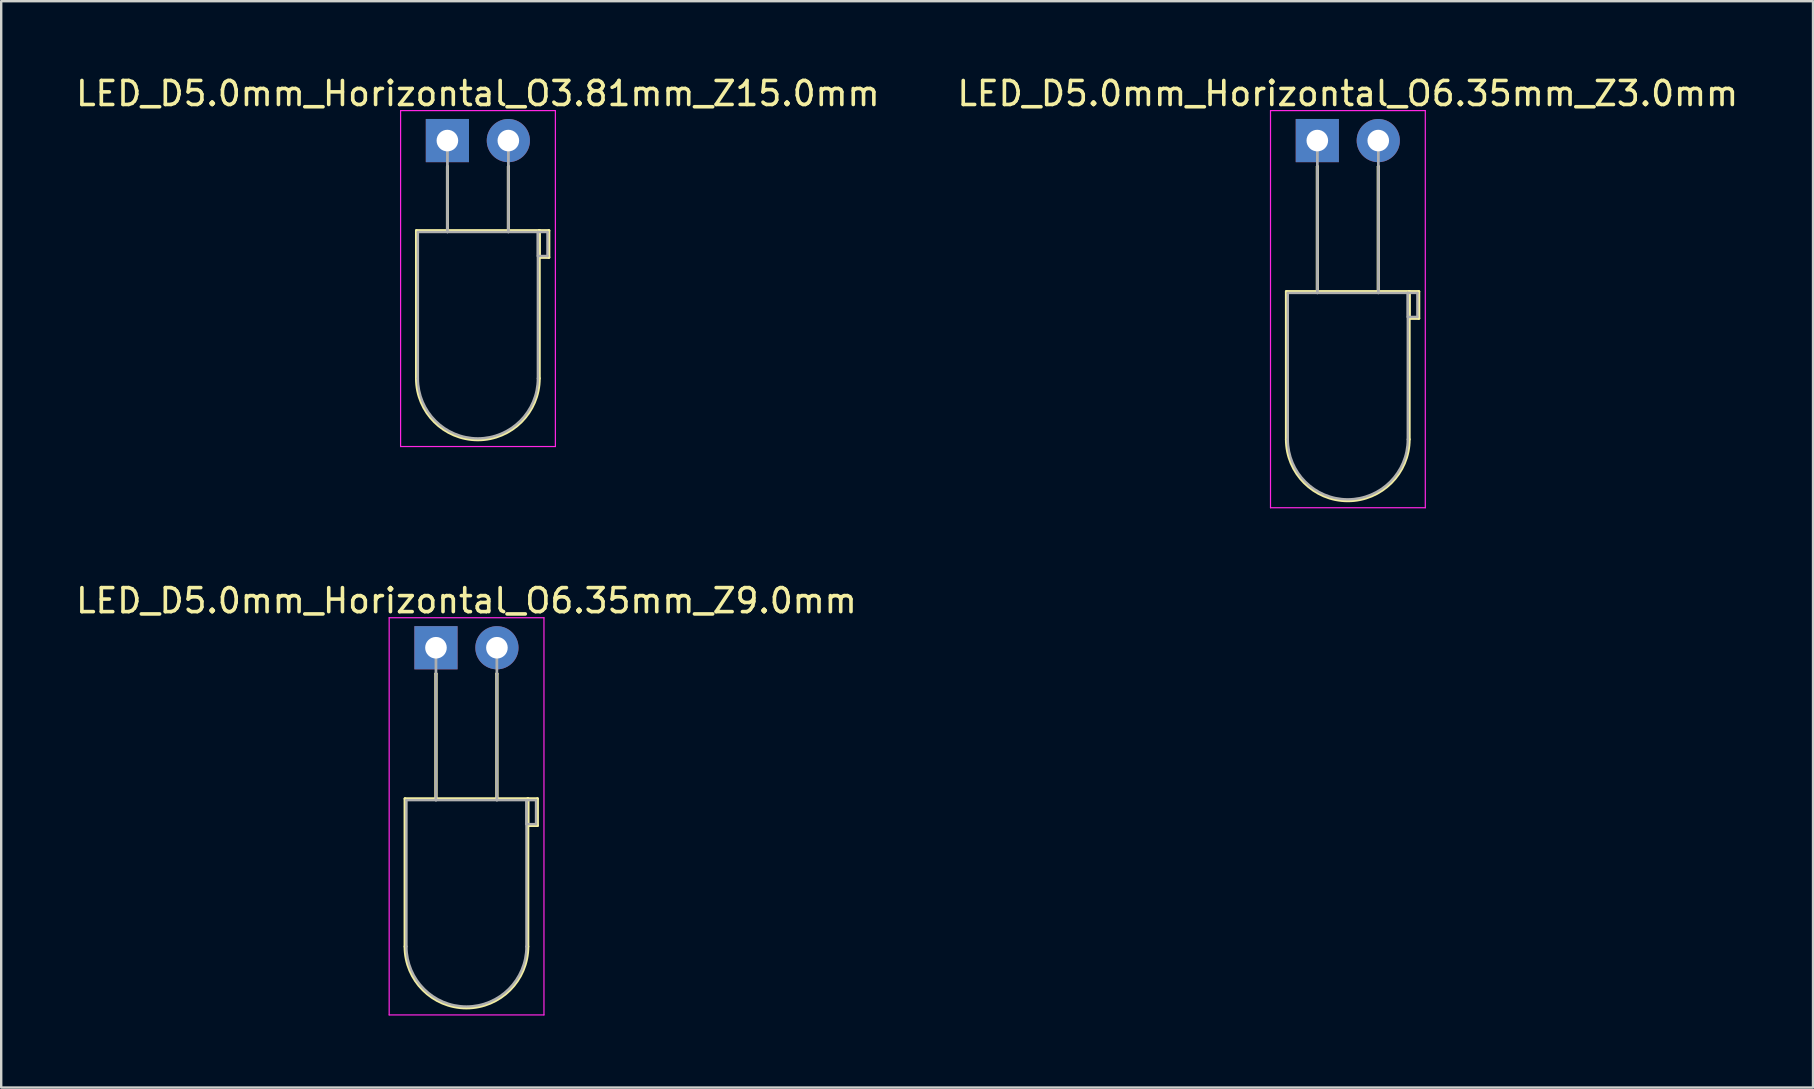
<source format=kicad_pcb>
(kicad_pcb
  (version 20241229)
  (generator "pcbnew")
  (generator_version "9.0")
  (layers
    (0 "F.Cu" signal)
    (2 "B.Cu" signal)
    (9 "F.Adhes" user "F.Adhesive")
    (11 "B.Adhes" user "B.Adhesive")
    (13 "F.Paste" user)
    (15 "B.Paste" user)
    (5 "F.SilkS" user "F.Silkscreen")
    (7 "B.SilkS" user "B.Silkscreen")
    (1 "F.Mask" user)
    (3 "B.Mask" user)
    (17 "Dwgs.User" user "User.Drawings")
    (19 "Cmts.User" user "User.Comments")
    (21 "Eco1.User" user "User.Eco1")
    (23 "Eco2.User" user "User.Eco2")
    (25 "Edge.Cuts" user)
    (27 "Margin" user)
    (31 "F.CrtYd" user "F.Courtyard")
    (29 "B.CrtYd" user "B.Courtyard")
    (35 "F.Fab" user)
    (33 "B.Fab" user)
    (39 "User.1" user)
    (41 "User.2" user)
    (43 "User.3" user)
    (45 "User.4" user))
  (footprint "LED_D5.0mm_Horizontal_O3.81mm_Z15.0mm"
    (layer "F.Cu")
    (at 15.593 2.808)
    (property "Reference" "LED_D5.0mm_Horizontal_O3.81mm_Z15.0mm" (at 1.27 -1.96 0) (layer "F.SilkS") (effects (font (size 1 1) (thickness 0.15))))
    (attr through_hole)
    (fp_line (start -1.29 3.75) (end -1.29 9.91) (stroke (width 0.12) (type solid)) (layer "F.SilkS"))
    (fp_line (start -1.29 3.75) (end 3.83 3.75) (stroke (width 0.12) (type solid)) (layer "F.SilkS"))
    (fp_line (start 0 1.08) (end 0 1.08) (stroke (width 0.12) (type solid)) (layer "F.SilkS"))
    (fp_line (start 0 1.08) (end 0 3.75) (stroke (width 0.12) (type solid)) (layer "F.SilkS"))
    (fp_line (start 0 3.75) (end 0 1.08) (stroke (width 0.12) (type solid)) (layer "F.SilkS"))
    (fp_line (start 0 3.75) (end 0 3.75) (stroke (width 0.12) (type solid)) (layer "F.SilkS"))
    (fp_line (start 2.54 1.08) (end 2.54 1.08) (stroke (width 0.12) (type solid)) (layer "F.SilkS"))
    (fp_line (start 2.54 1.08) (end 2.54 3.75) (stroke (width 0.12) (type solid)) (layer "F.SilkS"))
    (fp_line (start 2.54 3.75) (end 2.54 1.08) (stroke (width 0.12) (type solid)) (layer "F.SilkS"))
    (fp_line (start 2.54 3.75) (end 2.54 3.75) (stroke (width 0.12) (type solid)) (layer "F.SilkS"))
    (fp_line (start 3.83 3.75) (end 3.83 9.91) (stroke (width 0.12) (type solid)) (layer "F.SilkS"))
    (fp_line (start 3.83 3.75) (end 4.23 3.75) (stroke (width 0.12) (type solid)) (layer "F.SilkS"))
    (fp_line (start 3.83 4.87) (end 3.83 3.75) (stroke (width 0.12) (type solid)) (layer "F.SilkS"))
    (fp_line (start 4.23 3.75) (end 4.23 4.87) (stroke (width 0.12) (type solid)) (layer "F.SilkS"))
    (fp_line (start 4.23 4.87) (end 3.83 4.87) (stroke (width 0.12) (type solid)) (layer "F.SilkS"))
    (fp_arc (start 3.83 9.91) (mid 1.27 12.47) (end -1.29 9.91) (stroke (width 0.12) (type solid)) (layer "F.SilkS"))
    (fp_line (start -1.95 -1.25) (end -1.95 12.75) (stroke (width 0.05) (type solid)) (layer "F.CrtYd"))
    (fp_line (start -1.95 12.75) (end 4.5 12.75) (stroke (width 0.05) (type solid)) (layer "F.CrtYd"))
    (fp_line (start 4.5 -1.25) (end -1.95 -1.25) (stroke (width 0.05) (type solid)) (layer "F.CrtYd"))
    (fp_line (start 4.5 12.75) (end 4.5 -1.25) (stroke (width 0.05) (type solid)) (layer "F.CrtYd"))
    (fp_line (start -1.23 3.81) (end -1.23 9.91) (stroke (width 0.1) (type solid)) (layer "F.Fab"))
    (fp_line (start -1.23 3.81) (end 3.77 3.81) (stroke (width 0.1) (type solid)) (layer "F.Fab"))
    (fp_line (start 0 0) (end 0 0) (stroke (width 0.1) (type solid)) (layer "F.Fab"))
    (fp_line (start 0 0) (end 0 3.81) (stroke (width 0.1) (type solid)) (layer "F.Fab"))
    (fp_line (start 0 3.81) (end 0 0) (stroke (width 0.1) (type solid)) (layer "F.Fab"))
    (fp_line (start 0 3.81) (end 0 3.81) (stroke (width 0.1) (type solid)) (layer "F.Fab"))
    (fp_line (start 2.54 0) (end 2.54 0) (stroke (width 0.1) (type solid)) (layer "F.Fab"))
    (fp_line (start 2.54 0) (end 2.54 3.81) (stroke (width 0.1) (type solid)) (layer "F.Fab"))
    (fp_line (start 2.54 3.81) (end 2.54 0) (stroke (width 0.1) (type solid)) (layer "F.Fab"))
    (fp_line (start 2.54 3.81) (end 2.54 3.81) (stroke (width 0.1) (type solid)) (layer "F.Fab"))
    (fp_line (start 3.77 3.81) (end 3.77 9.91) (stroke (width 0.1) (type solid)) (layer "F.Fab"))
    (fp_line (start 3.77 3.81) (end 4.17 3.81) (stroke (width 0.1) (type solid)) (layer "F.Fab"))
    (fp_line (start 3.77 4.81) (end 3.77 3.81) (stroke (width 0.1) (type solid)) (layer "F.Fab"))
    (fp_line (start 4.17 3.81) (end 4.17 4.81) (stroke (width 0.1) (type solid)) (layer "F.Fab"))
    (fp_line (start 4.17 4.81) (end 3.77 4.81) (stroke (width 0.1) (type solid)) (layer "F.Fab"))
    (fp_arc (start 3.77 9.91) (mid 1.27 12.41) (end -1.23 9.91) (stroke (width 0.1) (type solid)) (layer "F.Fab"))
    (pad "1" thru_hole rect (at 0 0) (size 1.8 1.8) (drill 0.9) (layers "*.Cu" "*.Mask"))
    (pad "2" thru_hole circle (at 2.54 0) (size 1.8 1.8) (drill 0.9) (layers "*.Cu" "*.Mask")))
  (footprint "LED_D5.0mm_Horizontal_O6.35mm_Z9.0mm"
    (layer "F.Cu")
    (at 15.117 23.942)
    (property "Reference" "LED_D5.0mm_Horizontal_O6.35mm_Z9.0mm" (at 1.27 -1.96 0) (layer "F.SilkS") (effects (font (size 1 1) (thickness 0.15))))
    (attr through_hole)
    (fp_line (start -1.29 6.29) (end -1.29 12.45) (stroke (width 0.12) (type solid)) (layer "F.SilkS"))
    (fp_line (start -1.29 6.29) (end 3.83 6.29) (stroke (width 0.12) (type solid)) (layer "F.SilkS"))
    (fp_line (start 0 1.08) (end 0 1.08) (stroke (width 0.12) (type solid)) (layer "F.SilkS"))
    (fp_line (start 0 1.08) (end 0 6.29) (stroke (width 0.12) (type solid)) (layer "F.SilkS"))
    (fp_line (start 0 6.29) (end 0 1.08) (stroke (width 0.12) (type solid)) (layer "F.SilkS"))
    (fp_line (start 0 6.29) (end 0 6.29) (stroke (width 0.12) (type solid)) (layer "F.SilkS"))
    (fp_line (start 2.54 1.08) (end 2.54 1.08) (stroke (width 0.12) (type solid)) (layer "F.SilkS"))
    (fp_line (start 2.54 1.08) (end 2.54 6.29) (stroke (width 0.12) (type solid)) (layer "F.SilkS"))
    (fp_line (start 2.54 6.29) (end 2.54 1.08) (stroke (width 0.12) (type solid)) (layer "F.SilkS"))
    (fp_line (start 2.54 6.29) (end 2.54 6.29) (stroke (width 0.12) (type solid)) (layer "F.SilkS"))
    (fp_line (start 3.83 6.29) (end 3.83 12.45) (stroke (width 0.12) (type solid)) (layer "F.SilkS"))
    (fp_line (start 3.83 6.29) (end 4.23 6.29) (stroke (width 0.12) (type solid)) (layer "F.SilkS"))
    (fp_line (start 3.83 7.41) (end 3.83 6.29) (stroke (width 0.12) (type solid)) (layer "F.SilkS"))
    (fp_line (start 4.23 6.29) (end 4.23 7.41) (stroke (width 0.12) (type solid)) (layer "F.SilkS"))
    (fp_line (start 4.23 7.41) (end 3.83 7.41) (stroke (width 0.12) (type solid)) (layer "F.SilkS"))
    (fp_arc (start 3.83 12.45) (mid 1.27 15.01) (end -1.29 12.45) (stroke (width 0.12) (type solid)) (layer "F.SilkS"))
    (fp_line (start -1.95 -1.25) (end -1.95 15.3) (stroke (width 0.05) (type solid)) (layer "F.CrtYd"))
    (fp_line (start -1.95 15.3) (end 4.5 15.3) (stroke (width 0.05) (type solid)) (layer "F.CrtYd"))
    (fp_line (start 4.5 -1.25) (end -1.95 -1.25) (stroke (width 0.05) (type solid)) (layer "F.CrtYd"))
    (fp_line (start 4.5 15.3) (end 4.5 -1.25) (stroke (width 0.05) (type solid)) (layer "F.CrtYd"))
    (fp_line (start -1.23 6.35) (end -1.23 12.45) (stroke (width 0.1) (type solid)) (layer "F.Fab"))
    (fp_line (start -1.23 6.35) (end 3.77 6.35) (stroke (width 0.1) (type solid)) (layer "F.Fab"))
    (fp_line (start 0 0) (end 0 0) (stroke (width 0.1) (type solid)) (layer "F.Fab"))
    (fp_line (start 0 0) (end 0 6.35) (stroke (width 0.1) (type solid)) (layer "F.Fab"))
    (fp_line (start 0 6.35) (end 0 0) (stroke (width 0.1) (type solid)) (layer "F.Fab"))
    (fp_line (start 0 6.35) (end 0 6.35) (stroke (width 0.1) (type solid)) (layer "F.Fab"))
    (fp_line (start 2.54 0) (end 2.54 0) (stroke (width 0.1) (type solid)) (layer "F.Fab"))
    (fp_line (start 2.54 0) (end 2.54 6.35) (stroke (width 0.1) (type solid)) (layer "F.Fab"))
    (fp_line (start 2.54 6.35) (end 2.54 0) (stroke (width 0.1) (type solid)) (layer "F.Fab"))
    (fp_line (start 2.54 6.35) (end 2.54 6.35) (stroke (width 0.1) (type solid)) (layer "F.Fab"))
    (fp_line (start 3.77 6.35) (end 3.77 12.45) (stroke (width 0.1) (type solid)) (layer "F.Fab"))
    (fp_line (start 3.77 6.35) (end 4.17 6.35) (stroke (width 0.1) (type solid)) (layer "F.Fab"))
    (fp_line (start 3.77 7.35) (end 3.77 6.35) (stroke (width 0.1) (type solid)) (layer "F.Fab"))
    (fp_line (start 4.17 6.35) (end 4.17 7.35) (stroke (width 0.1) (type solid)) (layer "F.Fab"))
    (fp_line (start 4.17 7.35) (end 3.77 7.35) (stroke (width 0.1) (type solid)) (layer "F.Fab"))
    (fp_arc (start 3.77 12.45) (mid 1.27 14.95) (end -1.23 12.45) (stroke (width 0.1) (type solid)) (layer "F.Fab"))
    (pad "1" thru_hole rect (at 0 0) (size 1.8 1.8) (drill 0.9) (layers "*.Cu" "*.Mask"))
    (pad "2" thru_hole circle (at 2.54 0) (size 1.8 1.8) (drill 0.9) (layers "*.Cu" "*.Mask")))
  (footprint "LED_D5.0mm_Horizontal_O6.35mm_Z3.0mm"
    (layer "F.Cu")
    (at 51.843 2.808)
    (property "Reference" "LED_D5.0mm_Horizontal_O6.35mm_Z3.0mm" (at 1.27 -1.96 0) (layer "F.SilkS") (effects (font (size 1 1) (thickness 0.15))))
    (attr through_hole)
    (fp_line (start -1.29 6.29) (end -1.29 12.45) (stroke (width 0.12) (type solid)) (layer "F.SilkS"))
    (fp_line (start -1.29 6.29) (end 3.83 6.29) (stroke (width 0.12) (type solid)) (layer "F.SilkS"))
    (fp_line (start 0 1.08) (end 0 1.08) (stroke (width 0.12) (type solid)) (layer "F.SilkS"))
    (fp_line (start 0 1.08) (end 0 6.29) (stroke (width 0.12) (type solid)) (layer "F.SilkS"))
    (fp_line (start 0 6.29) (end 0 1.08) (stroke (width 0.12) (type solid)) (layer "F.SilkS"))
    (fp_line (start 0 6.29) (end 0 6.29) (stroke (width 0.12) (type solid)) (layer "F.SilkS"))
    (fp_line (start 2.54 1.08) (end 2.54 1.08) (stroke (width 0.12) (type solid)) (layer "F.SilkS"))
    (fp_line (start 2.54 1.08) (end 2.54 6.29) (stroke (width 0.12) (type solid)) (layer "F.SilkS"))
    (fp_line (start 2.54 6.29) (end 2.54 1.08) (stroke (width 0.12) (type solid)) (layer "F.SilkS"))
    (fp_line (start 2.54 6.29) (end 2.54 6.29) (stroke (width 0.12) (type solid)) (layer "F.SilkS"))
    (fp_line (start 3.83 6.29) (end 3.83 12.45) (stroke (width 0.12) (type solid)) (layer "F.SilkS"))
    (fp_line (start 3.83 6.29) (end 4.23 6.29) (stroke (width 0.12) (type solid)) (layer "F.SilkS"))
    (fp_line (start 3.83 7.41) (end 3.83 6.29) (stroke (width 0.12) (type solid)) (layer "F.SilkS"))
    (fp_line (start 4.23 6.29) (end 4.23 7.41) (stroke (width 0.12) (type solid)) (layer "F.SilkS"))
    (fp_line (start 4.23 7.41) (end 3.83 7.41) (stroke (width 0.12) (type solid)) (layer "F.SilkS"))
    (fp_arc (start 3.83 12.45) (mid 1.27 15.01) (end -1.29 12.45) (stroke (width 0.12) (type solid)) (layer "F.SilkS"))
    (fp_line (start -1.95 -1.25) (end -1.95 15.3) (stroke (width 0.05) (type solid)) (layer "F.CrtYd"))
    (fp_line (start -1.95 15.3) (end 4.5 15.3) (stroke (width 0.05) (type solid)) (layer "F.CrtYd"))
    (fp_line (start 4.5 -1.25) (end -1.95 -1.25) (stroke (width 0.05) (type solid)) (layer "F.CrtYd"))
    (fp_line (start 4.5 15.3) (end 4.5 -1.25) (stroke (width 0.05) (type solid)) (layer "F.CrtYd"))
    (fp_line (start -1.23 6.35) (end -1.23 12.45) (stroke (width 0.1) (type solid)) (layer "F.Fab"))
    (fp_line (start -1.23 6.35) (end 3.77 6.35) (stroke (width 0.1) (type solid)) (layer "F.Fab"))
    (fp_line (start 0 0) (end 0 0) (stroke (width 0.1) (type solid)) (layer "F.Fab"))
    (fp_line (start 0 0) (end 0 6.35) (stroke (width 0.1) (type solid)) (layer "F.Fab"))
    (fp_line (start 0 6.35) (end 0 0) (stroke (width 0.1) (type solid)) (layer "F.Fab"))
    (fp_line (start 0 6.35) (end 0 6.35) (stroke (width 0.1) (type solid)) (layer "F.Fab"))
    (fp_line (start 2.54 0) (end 2.54 0) (stroke (width 0.1) (type solid)) (layer "F.Fab"))
    (fp_line (start 2.54 0) (end 2.54 6.35) (stroke (width 0.1) (type solid)) (layer "F.Fab"))
    (fp_line (start 2.54 6.35) (end 2.54 0) (stroke (width 0.1) (type solid)) (layer "F.Fab"))
    (fp_line (start 2.54 6.35) (end 2.54 6.35) (stroke (width 0.1) (type solid)) (layer "F.Fab"))
    (fp_line (start 3.77 6.35) (end 3.77 12.45) (stroke (width 0.1) (type solid)) (layer "F.Fab"))
    (fp_line (start 3.77 6.35) (end 4.17 6.35) (stroke (width 0.1) (type solid)) (layer "F.Fab"))
    (fp_line (start 3.77 7.35) (end 3.77 6.35) (stroke (width 0.1) (type solid)) (layer "F.Fab"))
    (fp_line (start 4.17 6.35) (end 4.17 7.35) (stroke (width 0.1) (type solid)) (layer "F.Fab"))
    (fp_line (start 4.17 7.35) (end 3.77 7.35) (stroke (width 0.1) (type solid)) (layer "F.Fab"))
    (fp_arc (start 3.77 12.45) (mid 1.27 14.95) (end -1.23 12.45) (stroke (width 0.1) (type solid)) (layer "F.Fab"))
    (pad "1" thru_hole rect (at 0 0) (size 1.8 1.8) (drill 0.9) (layers "*.Cu" "*.Mask"))
    (pad "2" thru_hole circle (at 2.54 0) (size 1.8 1.8) (drill 0.9) (layers "*.Cu" "*.Mask")))
  (gr_rect
    (start -3 -3)
    (end 72.5 42.267)
    (stroke (width 0.1) (type default))
    (fill no)
    (layer "Edge.Cuts")))
</source>
